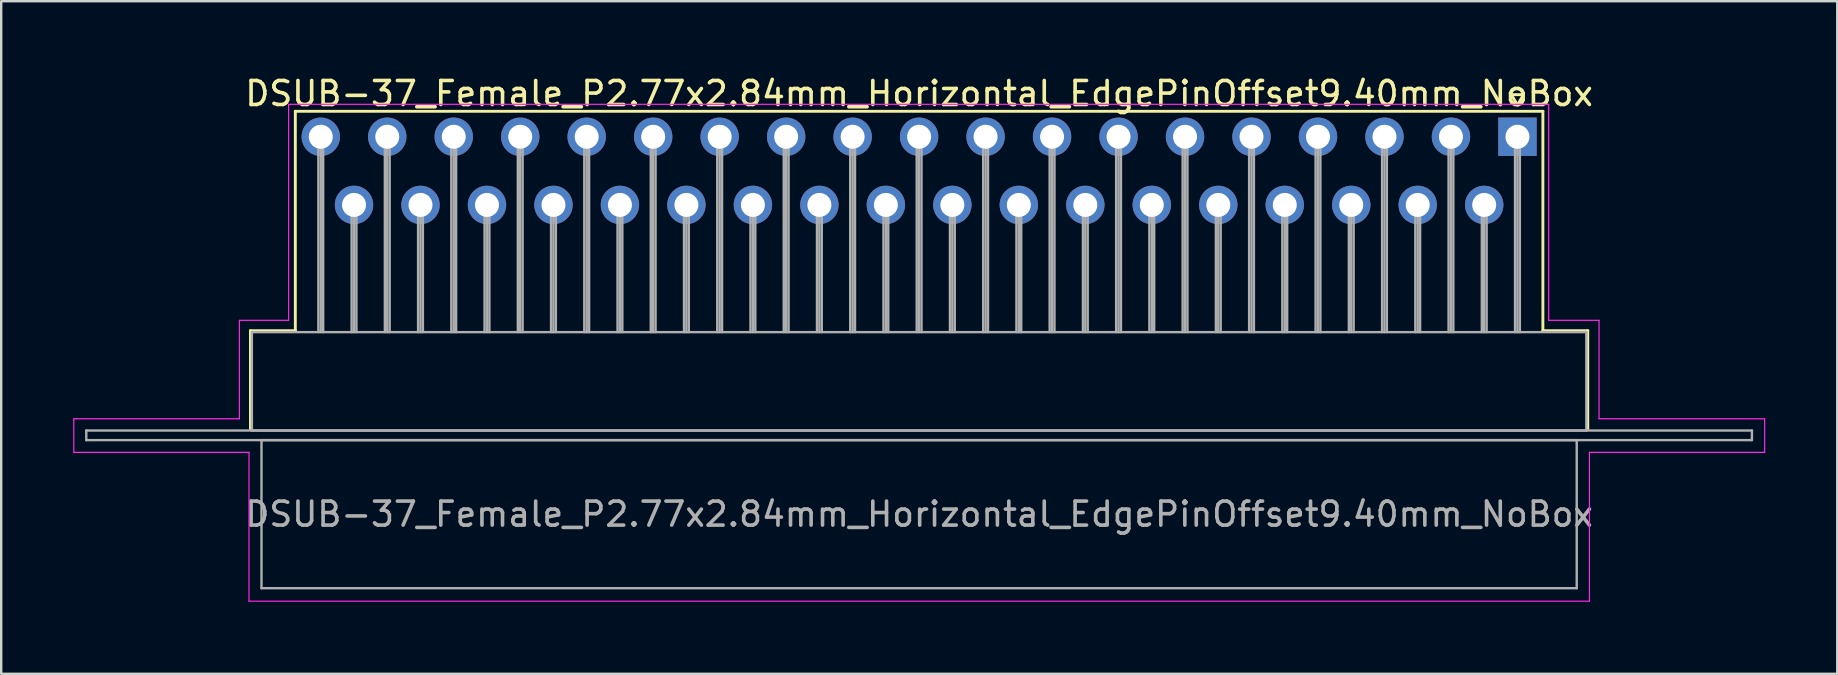
<source format=kicad_pcb>
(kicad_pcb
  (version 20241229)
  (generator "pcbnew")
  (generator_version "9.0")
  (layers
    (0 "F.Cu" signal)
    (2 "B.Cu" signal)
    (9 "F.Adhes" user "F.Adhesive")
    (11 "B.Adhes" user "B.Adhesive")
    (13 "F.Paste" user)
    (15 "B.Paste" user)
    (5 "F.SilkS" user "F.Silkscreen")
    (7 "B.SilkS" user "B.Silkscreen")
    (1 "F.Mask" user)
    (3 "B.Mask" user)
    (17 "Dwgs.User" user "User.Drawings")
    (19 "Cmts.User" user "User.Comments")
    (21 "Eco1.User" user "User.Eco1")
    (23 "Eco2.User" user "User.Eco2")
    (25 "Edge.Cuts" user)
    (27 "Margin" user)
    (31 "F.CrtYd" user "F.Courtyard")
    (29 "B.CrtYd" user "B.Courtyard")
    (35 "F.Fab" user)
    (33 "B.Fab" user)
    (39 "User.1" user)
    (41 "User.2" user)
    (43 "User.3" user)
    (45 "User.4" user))
  (footprint "DSUB-37_Female_P2.77x2.84mm_Horizontal_EdgePinOffset9.40mm_NoBox"
    (layer "F.Cu")
    (at 60.175 2.648)
    (property "Reference" "DSUB-37_Female_P2.77x2.84mm_Horizontal_EdgePinOffset9.40mm_NoBox" (at -24.93 -1.8 0) (layer "F.SilkS") (effects (font (size 1 1) (thickness 0.15))))
    (attr through_hole)
    (fp_line (start -52.79 8.08) (end -50.92 8.08) (stroke (width 0.12) (type solid)) (layer "F.SilkS"))
    (fp_line (start -52.79 12.18) (end -52.79 8.08) (stroke (width 0.12) (type solid)) (layer "F.SilkS"))
    (fp_line (start -50.92 -1.06) (end 1.06 -1.06) (stroke (width 0.12) (type solid)) (layer "F.SilkS"))
    (fp_line (start -50.92 8.08) (end -50.92 -1.06) (stroke (width 0.12) (type solid)) (layer "F.SilkS"))
    (fp_line (start -0.25 -1.754) (end 0.25 -1.754) (stroke (width 0.12) (type solid)) (layer "F.SilkS"))
    (fp_line (start 0 -1.321) (end -0.25 -1.754) (stroke (width 0.12) (type solid)) (layer "F.SilkS"))
    (fp_line (start 0.25 -1.754) (end 0 -1.321) (stroke (width 0.12) (type solid)) (layer "F.SilkS"))
    (fp_line (start 1.06 -1.06) (end 1.06 8.08) (stroke (width 0.12) (type solid)) (layer "F.SilkS"))
    (fp_line (start 1.06 8.08) (end 2.93 8.08) (stroke (width 0.12) (type solid)) (layer "F.SilkS"))
    (fp_line (start 2.93 8.08) (end 2.93 12.18) (stroke (width 0.12) (type solid)) (layer "F.SilkS"))
    (fp_line (start -60.15 11.75) (end -53.25 11.75) (stroke (width 0.05) (type solid)) (layer "F.CrtYd"))
    (fp_line (start -60.15 13.15) (end -60.15 11.75) (stroke (width 0.05) (type solid)) (layer "F.CrtYd"))
    (fp_line (start -53.25 7.65) (end -51.2 7.65) (stroke (width 0.05) (type solid)) (layer "F.CrtYd"))
    (fp_line (start -53.25 11.75) (end -53.25 7.65) (stroke (width 0.05) (type solid)) (layer "F.CrtYd"))
    (fp_line (start -52.85 13.15) (end -60.15 13.15) (stroke (width 0.05) (type solid)) (layer "F.CrtYd"))
    (fp_line (start -52.85 19.35) (end -52.85 13.15) (stroke (width 0.05) (type solid)) (layer "F.CrtYd"))
    (fp_line (start -51.2 -1.35) (end 1.3 -1.35) (stroke (width 0.05) (type solid)) (layer "F.CrtYd"))
    (fp_line (start -51.2 7.65) (end -51.2 -1.35) (stroke (width 0.05) (type solid)) (layer "F.CrtYd"))
    (fp_line (start 1.3 -1.35) (end 1.3 7.65) (stroke (width 0.05) (type solid)) (layer "F.CrtYd"))
    (fp_line (start 1.3 7.65) (end 3.4 7.65) (stroke (width 0.05) (type solid)) (layer "F.CrtYd"))
    (fp_line (start 3 13.15) (end 3 19.35) (stroke (width 0.05) (type solid)) (layer "F.CrtYd"))
    (fp_line (start 3 19.35) (end -52.85 19.35) (stroke (width 0.05) (type solid)) (layer "F.CrtYd"))
    (fp_line (start 3.4 7.65) (end 3.4 11.75) (stroke (width 0.05) (type solid)) (layer "F.CrtYd"))
    (fp_line (start 3.4 11.75) (end 10.3 11.75) (stroke (width 0.05) (type solid)) (layer "F.CrtYd"))
    (fp_line (start 10.3 11.75) (end 10.3 13.15) (stroke (width 0.05) (type solid)) (layer "F.CrtYd"))
    (fp_line (start 10.3 13.15) (end 3 13.15) (stroke (width 0.05) (type solid)) (layer "F.CrtYd"))
    (fp_line (start -59.63 12.24) (end -59.63 12.64) (stroke (width 0.1) (type solid)) (layer "F.Fab"))
    (fp_line (start -59.63 12.64) (end 9.77 12.64) (stroke (width 0.1) (type solid)) (layer "F.Fab"))
    (fp_line (start -52.73 8.14) (end -52.73 12.24) (stroke (width 0.1) (type solid)) (layer "F.Fab"))
    (fp_line (start -52.73 12.24) (end 2.87 12.24) (stroke (width 0.1) (type solid)) (layer "F.Fab"))
    (fp_line (start -52.33 12.64) (end -52.33 18.81) (stroke (width 0.1) (type solid)) (layer "F.Fab"))
    (fp_line (start -52.33 18.81) (end 2.47 18.81) (stroke (width 0.1) (type solid)) (layer "F.Fab"))
    (fp_line (start -49.96 0) (end -49.96 8.14) (stroke (width 0.1) (type solid)) (layer "F.Fab"))
    (fp_line (start -49.86 0) (end -49.86 8.14) (stroke (width 0.1) (type solid)) (layer "F.Fab"))
    (fp_line (start -49.76 0) (end -49.76 8.14) (stroke (width 0.1) (type solid)) (layer "F.Fab"))
    (fp_line (start -48.575 2.84) (end -48.575 8.14) (stroke (width 0.1) (type solid)) (layer "F.Fab"))
    (fp_line (start -48.475 2.84) (end -48.475 8.14) (stroke (width 0.1) (type solid)) (layer "F.Fab"))
    (fp_line (start -48.375 2.84) (end -48.375 8.14) (stroke (width 0.1) (type solid)) (layer "F.Fab"))
    (fp_line (start -47.19 0) (end -47.19 8.14) (stroke (width 0.1) (type solid)) (layer "F.Fab"))
    (fp_line (start -47.09 0) (end -47.09 8.14) (stroke (width 0.1) (type solid)) (layer "F.Fab"))
    (fp_line (start -46.99 0) (end -46.99 8.14) (stroke (width 0.1) (type solid)) (layer "F.Fab"))
    (fp_line (start -45.805 2.84) (end -45.805 8.14) (stroke (width 0.1) (type solid)) (layer "F.Fab"))
    (fp_line (start -45.705 2.84) (end -45.705 8.14) (stroke (width 0.1) (type solid)) (layer "F.Fab"))
    (fp_line (start -45.605 2.84) (end -45.605 8.14) (stroke (width 0.1) (type solid)) (layer "F.Fab"))
    (fp_line (start -44.42 0) (end -44.42 8.14) (stroke (width 0.1) (type solid)) (layer "F.Fab"))
    (fp_line (start -44.32 0) (end -44.32 8.14) (stroke (width 0.1) (type solid)) (layer "F.Fab"))
    (fp_line (start -44.22 0) (end -44.22 8.14) (stroke (width 0.1) (type solid)) (layer "F.Fab"))
    (fp_line (start -43.035 2.84) (end -43.035 8.14) (stroke (width 0.1) (type solid)) (layer "F.Fab"))
    (fp_line (start -42.935 2.84) (end -42.935 8.14) (stroke (width 0.1) (type solid)) (layer "F.Fab"))
    (fp_line (start -42.835 2.84) (end -42.835 8.14) (stroke (width 0.1) (type solid)) (layer "F.Fab"))
    (fp_line (start -41.65 0) (end -41.65 8.14) (stroke (width 0.1) (type solid)) (layer "F.Fab"))
    (fp_line (start -41.55 0) (end -41.55 8.14) (stroke (width 0.1) (type solid)) (layer "F.Fab"))
    (fp_line (start -41.45 0) (end -41.45 8.14) (stroke (width 0.1) (type solid)) (layer "F.Fab"))
    (fp_line (start -40.265 2.84) (end -40.265 8.14) (stroke (width 0.1) (type solid)) (layer "F.Fab"))
    (fp_line (start -40.165 2.84) (end -40.165 8.14) (stroke (width 0.1) (type solid)) (layer "F.Fab"))
    (fp_line (start -40.065 2.84) (end -40.065 8.14) (stroke (width 0.1) (type solid)) (layer "F.Fab"))
    (fp_line (start -38.88 0) (end -38.88 8.14) (stroke (width 0.1) (type solid)) (layer "F.Fab"))
    (fp_line (start -38.78 0) (end -38.78 8.14) (stroke (width 0.1) (type solid)) (layer "F.Fab"))
    (fp_line (start -38.68 0) (end -38.68 8.14) (stroke (width 0.1) (type solid)) (layer "F.Fab"))
    (fp_line (start -37.495 2.84) (end -37.495 8.14) (stroke (width 0.1) (type solid)) (layer "F.Fab"))
    (fp_line (start -37.395 2.84) (end -37.395 8.14) (stroke (width 0.1) (type solid)) (layer "F.Fab"))
    (fp_line (start -37.295 2.84) (end -37.295 8.14) (stroke (width 0.1) (type solid)) (layer "F.Fab"))
    (fp_line (start -36.11 0) (end -36.11 8.14) (stroke (width 0.1) (type solid)) (layer "F.Fab"))
    (fp_line (start -36.01 0) (end -36.01 8.14) (stroke (width 0.1) (type solid)) (layer "F.Fab"))
    (fp_line (start -35.91 0) (end -35.91 8.14) (stroke (width 0.1) (type solid)) (layer "F.Fab"))
    (fp_line (start -34.725 2.84) (end -34.725 8.14) (stroke (width 0.1) (type solid)) (layer "F.Fab"))
    (fp_line (start -34.625 2.84) (end -34.625 8.14) (stroke (width 0.1) (type solid)) (layer "F.Fab"))
    (fp_line (start -34.525 2.84) (end -34.525 8.14) (stroke (width 0.1) (type solid)) (layer "F.Fab"))
    (fp_line (start -33.34 0) (end -33.34 8.14) (stroke (width 0.1) (type solid)) (layer "F.Fab"))
    (fp_line (start -33.24 0) (end -33.24 8.14) (stroke (width 0.1) (type solid)) (layer "F.Fab"))
    (fp_line (start -33.14 0) (end -33.14 8.14) (stroke (width 0.1) (type solid)) (layer "F.Fab"))
    (fp_line (start -31.955 2.84) (end -31.955 8.14) (stroke (width 0.1) (type solid)) (layer "F.Fab"))
    (fp_line (start -31.855 2.84) (end -31.855 8.14) (stroke (width 0.1) (type solid)) (layer "F.Fab"))
    (fp_line (start -31.755 2.84) (end -31.755 8.14) (stroke (width 0.1) (type solid)) (layer "F.Fab"))
    (fp_line (start -30.57 0) (end -30.57 8.14) (stroke (width 0.1) (type solid)) (layer "F.Fab"))
    (fp_line (start -30.47 0) (end -30.47 8.14) (stroke (width 0.1) (type solid)) (layer "F.Fab"))
    (fp_line (start -30.37 0) (end -30.37 8.14) (stroke (width 0.1) (type solid)) (layer "F.Fab"))
    (fp_line (start -29.185 2.84) (end -29.185 8.14) (stroke (width 0.1) (type solid)) (layer "F.Fab"))
    (fp_line (start -29.085 2.84) (end -29.085 8.14) (stroke (width 0.1) (type solid)) (layer "F.Fab"))
    (fp_line (start -28.985 2.84) (end -28.985 8.14) (stroke (width 0.1) (type solid)) (layer "F.Fab"))
    (fp_line (start -27.8 0) (end -27.8 8.14) (stroke (width 0.1) (type solid)) (layer "F.Fab"))
    (fp_line (start -27.7 0) (end -27.7 8.14) (stroke (width 0.1) (type solid)) (layer "F.Fab"))
    (fp_line (start -27.6 0) (end -27.6 8.14) (stroke (width 0.1) (type solid)) (layer "F.Fab"))
    (fp_line (start -26.415 2.84) (end -26.415 8.14) (stroke (width 0.1) (type solid)) (layer "F.Fab"))
    (fp_line (start -26.315 2.84) (end -26.315 8.14) (stroke (width 0.1) (type solid)) (layer "F.Fab"))
    (fp_line (start -26.215 2.84) (end -26.215 8.14) (stroke (width 0.1) (type solid)) (layer "F.Fab"))
    (fp_line (start -25.03 0) (end -25.03 8.14) (stroke (width 0.1) (type solid)) (layer "F.Fab"))
    (fp_line (start -24.93 0) (end -24.93 8.14) (stroke (width 0.1) (type solid)) (layer "F.Fab"))
    (fp_line (start -24.83 0) (end -24.83 8.14) (stroke (width 0.1) (type solid)) (layer "F.Fab"))
    (fp_line (start -23.645 2.84) (end -23.645 8.14) (stroke (width 0.1) (type solid)) (layer "F.Fab"))
    (fp_line (start -23.545 2.84) (end -23.545 8.14) (stroke (width 0.1) (type solid)) (layer "F.Fab"))
    (fp_line (start -23.445 2.84) (end -23.445 8.14) (stroke (width 0.1) (type solid)) (layer "F.Fab"))
    (fp_line (start -22.26 0) (end -22.26 8.14) (stroke (width 0.1) (type solid)) (layer "F.Fab"))
    (fp_line (start -22.16 0) (end -22.16 8.14) (stroke (width 0.1) (type solid)) (layer "F.Fab"))
    (fp_line (start -22.06 0) (end -22.06 8.14) (stroke (width 0.1) (type solid)) (layer "F.Fab"))
    (fp_line (start -20.875 2.84) (end -20.875 8.14) (stroke (width 0.1) (type solid)) (layer "F.Fab"))
    (fp_line (start -20.775 2.84) (end -20.775 8.14) (stroke (width 0.1) (type solid)) (layer "F.Fab"))
    (fp_line (start -20.675 2.84) (end -20.675 8.14) (stroke (width 0.1) (type solid)) (layer "F.Fab"))
    (fp_line (start -19.49 0) (end -19.49 8.14) (stroke (width 0.1) (type solid)) (layer "F.Fab"))
    (fp_line (start -19.39 0) (end -19.39 8.14) (stroke (width 0.1) (type solid)) (layer "F.Fab"))
    (fp_line (start -19.29 0) (end -19.29 8.14) (stroke (width 0.1) (type solid)) (layer "F.Fab"))
    (fp_line (start -18.105 2.84) (end -18.105 8.14) (stroke (width 0.1) (type solid)) (layer "F.Fab"))
    (fp_line (start -18.005 2.84) (end -18.005 8.14) (stroke (width 0.1) (type solid)) (layer "F.Fab"))
    (fp_line (start -17.905 2.84) (end -17.905 8.14) (stroke (width 0.1) (type solid)) (layer "F.Fab"))
    (fp_line (start -16.72 0) (end -16.72 8.14) (stroke (width 0.1) (type solid)) (layer "F.Fab"))
    (fp_line (start -16.62 0) (end -16.62 8.14) (stroke (width 0.1) (type solid)) (layer "F.Fab"))
    (fp_line (start -16.52 0) (end -16.52 8.14) (stroke (width 0.1) (type solid)) (layer "F.Fab"))
    (fp_line (start -15.335 2.84) (end -15.335 8.14) (stroke (width 0.1) (type solid)) (layer "F.Fab"))
    (fp_line (start -15.235 2.84) (end -15.235 8.14) (stroke (width 0.1) (type solid)) (layer "F.Fab"))
    (fp_line (start -15.135 2.84) (end -15.135 8.14) (stroke (width 0.1) (type solid)) (layer "F.Fab"))
    (fp_line (start -13.95 0) (end -13.95 8.14) (stroke (width 0.1) (type solid)) (layer "F.Fab"))
    (fp_line (start -13.85 0) (end -13.85 8.14) (stroke (width 0.1) (type solid)) (layer "F.Fab"))
    (fp_line (start -13.75 0) (end -13.75 8.14) (stroke (width 0.1) (type solid)) (layer "F.Fab"))
    (fp_line (start -12.565 2.84) (end -12.565 8.14) (stroke (width 0.1) (type solid)) (layer "F.Fab"))
    (fp_line (start -12.465 2.84) (end -12.465 8.14) (stroke (width 0.1) (type solid)) (layer "F.Fab"))
    (fp_line (start -12.365 2.84) (end -12.365 8.14) (stroke (width 0.1) (type solid)) (layer "F.Fab"))
    (fp_line (start -11.18 0) (end -11.18 8.14) (stroke (width 0.1) (type solid)) (layer "F.Fab"))
    (fp_line (start -11.08 0) (end -11.08 8.14) (stroke (width 0.1) (type solid)) (layer "F.Fab"))
    (fp_line (start -10.98 0) (end -10.98 8.14) (stroke (width 0.1) (type solid)) (layer "F.Fab"))
    (fp_line (start -9.795 2.84) (end -9.795 8.14) (stroke (width 0.1) (type solid)) (layer "F.Fab"))
    (fp_line (start -9.695 2.84) (end -9.695 8.14) (stroke (width 0.1) (type solid)) (layer "F.Fab"))
    (fp_line (start -9.595 2.84) (end -9.595 8.14) (stroke (width 0.1) (type solid)) (layer "F.Fab"))
    (fp_line (start -8.41 0) (end -8.41 8.14) (stroke (width 0.1) (type solid)) (layer "F.Fab"))
    (fp_line (start -8.31 0) (end -8.31 8.14) (stroke (width 0.1) (type solid)) (layer "F.Fab"))
    (fp_line (start -8.21 0) (end -8.21 8.14) (stroke (width 0.1) (type solid)) (layer "F.Fab"))
    (fp_line (start -7.025 2.84) (end -7.025 8.14) (stroke (width 0.1) (type solid)) (layer "F.Fab"))
    (fp_line (start -6.925 2.84) (end -6.925 8.14) (stroke (width 0.1) (type solid)) (layer "F.Fab"))
    (fp_line (start -6.825 2.84) (end -6.825 8.14) (stroke (width 0.1) (type solid)) (layer "F.Fab"))
    (fp_line (start -5.64 0) (end -5.64 8.14) (stroke (width 0.1) (type solid)) (layer "F.Fab"))
    (fp_line (start -5.54 0) (end -5.54 8.14) (stroke (width 0.1) (type solid)) (layer "F.Fab"))
    (fp_line (start -5.44 0) (end -5.44 8.14) (stroke (width 0.1) (type solid)) (layer "F.Fab"))
    (fp_line (start -4.255 2.84) (end -4.255 8.14) (stroke (width 0.1) (type solid)) (layer "F.Fab"))
    (fp_line (start -4.155 2.84) (end -4.155 8.14) (stroke (width 0.1) (type solid)) (layer "F.Fab"))
    (fp_line (start -4.055 2.84) (end -4.055 8.14) (stroke (width 0.1) (type solid)) (layer "F.Fab"))
    (fp_line (start -2.87 0) (end -2.87 8.14) (stroke (width 0.1) (type solid)) (layer "F.Fab"))
    (fp_line (start -2.77 0) (end -2.77 8.14) (stroke (width 0.1) (type solid)) (layer "F.Fab"))
    (fp_line (start -2.67 0) (end -2.67 8.14) (stroke (width 0.1) (type solid)) (layer "F.Fab"))
    (fp_line (start -1.485 2.84) (end -1.485 8.14) (stroke (width 0.1) (type solid)) (layer "F.Fab"))
    (fp_line (start -1.385 2.84) (end -1.385 8.14) (stroke (width 0.1) (type solid)) (layer "F.Fab"))
    (fp_line (start -1.285 2.84) (end -1.285 8.14) (stroke (width 0.1) (type solid)) (layer "F.Fab"))
    (fp_line (start -0.1 0) (end -0.1 8.14) (stroke (width 0.1) (type solid)) (layer "F.Fab"))
    (fp_line (start 0 0) (end 0 8.14) (stroke (width 0.1) (type solid)) (layer "F.Fab"))
    (fp_line (start 0.1 0) (end 0.1 8.14) (stroke (width 0.1) (type solid)) (layer "F.Fab"))
    (fp_line (start 2.47 12.64) (end -52.33 12.64) (stroke (width 0.1) (type solid)) (layer "F.Fab"))
    (fp_line (start 2.47 18.81) (end 2.47 12.64) (stroke (width 0.1) (type solid)) (layer "F.Fab"))
    (fp_line (start 2.87 8.14) (end -52.73 8.14) (stroke (width 0.1) (type solid)) (layer "F.Fab"))
    (fp_line (start 2.87 12.24) (end 2.87 8.14) (stroke (width 0.1) (type solid)) (layer "F.Fab"))
    (fp_line (start 9.77 12.24) (end -59.63 12.24) (stroke (width 0.1) (type solid)) (layer "F.Fab"))
    (fp_line (start 9.77 12.64) (end 9.77 12.24) (stroke (width 0.1) (type solid)) (layer "F.Fab"))
    (fp_text user "${REFERENCE}" (at -24.93 15.725 0) (layer "F.Fab") (effects (font (size 1 1) (thickness 0.15))))
    (pad "1" thru_hole rect (at 0 0) (size 1.6 1.6) (drill 1) (layers "*.Cu" "*.Mask"))
    (pad "2" thru_hole circle (at -2.77 0) (size 1.6 1.6) (drill 1) (layers "*.Cu" "*.Mask"))
    (pad "3" thru_hole circle (at -5.54 0) (size 1.6 1.6) (drill 1) (layers "*.Cu" "*.Mask"))
    (pad "4" thru_hole circle (at -8.31 0) (size 1.6 1.6) (drill 1) (layers "*.Cu" "*.Mask"))
    (pad "5" thru_hole circle (at -11.08 0) (size 1.6 1.6) (drill 1) (layers "*.Cu" "*.Mask"))
    (pad "6" thru_hole circle (at -13.85 0) (size 1.6 1.6) (drill 1) (layers "*.Cu" "*.Mask"))
    (pad "7" thru_hole circle (at -16.62 0) (size 1.6 1.6) (drill 1) (layers "*.Cu" "*.Mask"))
    (pad "8" thru_hole circle (at -19.39 0) (size 1.6 1.6) (drill 1) (layers "*.Cu" "*.Mask"))
    (pad "9" thru_hole circle (at -22.16 0) (size 1.6 1.6) (drill 1) (layers "*.Cu" "*.Mask"))
    (pad "10" thru_hole circle (at -24.93 0) (size 1.6 1.6) (drill 1) (layers "*.Cu" "*.Mask"))
    (pad "11" thru_hole circle (at -27.7 0) (size 1.6 1.6) (drill 1) (layers "*.Cu" "*.Mask"))
    (pad "12" thru_hole circle (at -30.47 0) (size 1.6 1.6) (drill 1) (layers "*.Cu" "*.Mask"))
    (pad "13" thru_hole circle (at -33.24 0) (size 1.6 1.6) (drill 1) (layers "*.Cu" "*.Mask"))
    (pad "14" thru_hole circle (at -36.01 0) (size 1.6 1.6) (drill 1) (layers "*.Cu" "*.Mask"))
    (pad "15" thru_hole circle (at -38.78 0) (size 1.6 1.6) (drill 1) (layers "*.Cu" "*.Mask"))
    (pad "16" thru_hole circle (at -41.55 0) (size 1.6 1.6) (drill 1) (layers "*.Cu" "*.Mask"))
    (pad "17" thru_hole circle (at -44.32 0) (size 1.6 1.6) (drill 1) (layers "*.Cu" "*.Mask"))
    (pad "18" thru_hole circle (at -47.09 0) (size 1.6 1.6) (drill 1) (layers "*.Cu" "*.Mask"))
    (pad "19" thru_hole circle (at -49.86 0) (size 1.6 1.6) (drill 1) (layers "*.Cu" "*.Mask"))
    (pad "20" thru_hole circle (at -1.385 2.84) (size 1.6 1.6) (drill 1) (layers "*.Cu" "*.Mask"))
    (pad "21" thru_hole circle (at -4.155 2.84) (size 1.6 1.6) (drill 1) (layers "*.Cu" "*.Mask"))
    (pad "22" thru_hole circle (at -6.925 2.84) (size 1.6 1.6) (drill 1) (layers "*.Cu" "*.Mask"))
    (pad "23" thru_hole circle (at -9.695 2.84) (size 1.6 1.6) (drill 1) (layers "*.Cu" "*.Mask"))
    (pad "24" thru_hole circle (at -12.465 2.84) (size 1.6 1.6) (drill 1) (layers "*.Cu" "*.Mask"))
    (pad "25" thru_hole circle (at -15.235 2.84) (size 1.6 1.6) (drill 1) (layers "*.Cu" "*.Mask"))
    (pad "26" thru_hole circle (at -18.005 2.84) (size 1.6 1.6) (drill 1) (layers "*.Cu" "*.Mask"))
    (pad "27" thru_hole circle (at -20.775 2.84) (size 1.6 1.6) (drill 1) (layers "*.Cu" "*.Mask"))
    (pad "28" thru_hole circle (at -23.545 2.84) (size 1.6 1.6) (drill 1) (layers "*.Cu" "*.Mask"))
    (pad "29" thru_hole circle (at -26.315 2.84) (size 1.6 1.6) (drill 1) (layers "*.Cu" "*.Mask"))
    (pad "30" thru_hole circle (at -29.085 2.84) (size 1.6 1.6) (drill 1) (layers "*.Cu" "*.Mask"))
    (pad "31" thru_hole circle (at -31.855 2.84) (size 1.6 1.6) (drill 1) (layers "*.Cu" "*.Mask"))
    (pad "32" thru_hole circle (at -34.625 2.84) (size 1.6 1.6) (drill 1) (layers "*.Cu" "*.Mask"))
    (pad "33" thru_hole circle (at -37.395 2.84) (size 1.6 1.6) (drill 1) (layers "*.Cu" "*.Mask"))
    (pad "34" thru_hole circle (at -40.165 2.84) (size 1.6 1.6) (drill 1) (layers "*.Cu" "*.Mask"))
    (pad "35" thru_hole circle (at -42.935 2.84) (size 1.6 1.6) (drill 1) (layers "*.Cu" "*.Mask"))
    (pad "36" thru_hole circle (at -45.705 2.84) (size 1.6 1.6) (drill 1) (layers "*.Cu" "*.Mask"))
    (pad "37" thru_hole circle (at -48.475 2.84) (size 1.6 1.6) (drill 1) (layers "*.Cu" "*.Mask")))
  (gr_rect
    (start -3 -3)
    (end 73.5 25.023)
    (stroke (width 0.1) (type default))
    (fill no)
    (layer "Edge.Cuts")))
</source>
